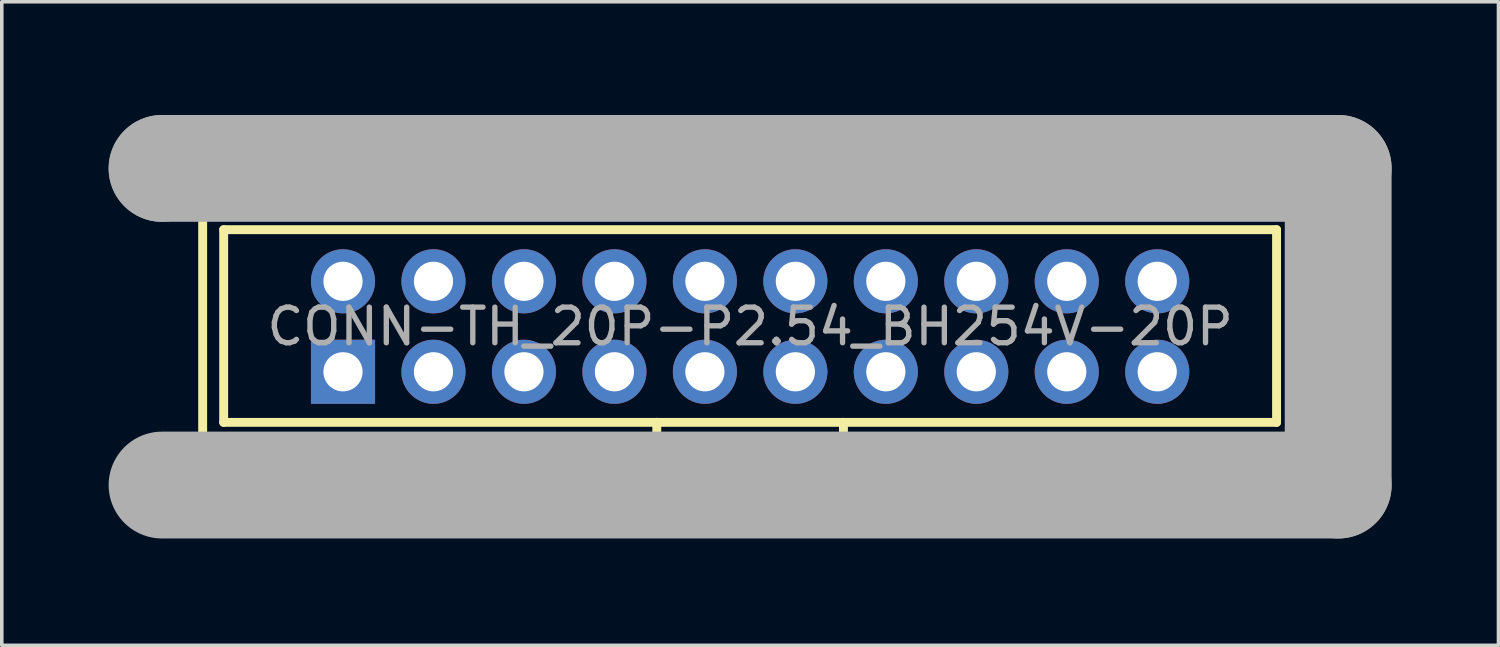
<source format=kicad_pcb>
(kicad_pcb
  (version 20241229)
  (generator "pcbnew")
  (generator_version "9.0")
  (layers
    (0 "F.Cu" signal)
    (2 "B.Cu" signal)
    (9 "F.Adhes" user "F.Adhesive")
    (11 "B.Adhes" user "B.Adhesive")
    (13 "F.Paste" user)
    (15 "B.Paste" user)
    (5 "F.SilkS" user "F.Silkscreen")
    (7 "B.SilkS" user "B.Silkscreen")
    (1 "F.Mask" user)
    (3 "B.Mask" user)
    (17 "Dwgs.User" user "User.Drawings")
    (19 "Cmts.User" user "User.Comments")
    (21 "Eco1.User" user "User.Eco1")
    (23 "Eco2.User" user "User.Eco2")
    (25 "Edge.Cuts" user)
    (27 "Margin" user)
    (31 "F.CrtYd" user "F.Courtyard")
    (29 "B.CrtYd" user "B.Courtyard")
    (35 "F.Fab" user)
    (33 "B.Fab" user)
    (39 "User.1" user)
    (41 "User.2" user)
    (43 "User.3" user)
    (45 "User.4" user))
  (footprint "CONN-TH_20P-P2.54_BH254V-20P"
    (layer "F.Cu")
    (at 18.01 6.118)
    (property "Reference" "CONN-TH_20P-P2.54_BH254V-20P" (at 0 -5.27 0) (layer "F.SilkS") (effects (font (size 1 1) (thickness 0.15))))
    (attr through_hole)
    (fp_line (start -15.37 3.28) (end -15.37 -3.29) (stroke (width 0.25) (type solid)) (layer "F.SilkS"))
    (fp_line (start -15.37 3.28) (end -2.62 3.28) (stroke (width 0.25) (type solid)) (layer "F.SilkS"))
    (fp_line (start -15.36 -3.3) (end 15.34 -3.3) (stroke (width 0.25) (type solid)) (layer "F.SilkS"))
    (fp_line (start -14.78 -2.72) (end 14.78 -2.72) (stroke (width 0.25) (type solid)) (layer "F.SilkS"))
    (fp_line (start -14.78 2.69) (end -14.78 -2.72) (stroke (width 0.25) (type solid)) (layer "F.SilkS"))
    (fp_line (start -2.62 2.69) (end -14.78 2.69) (stroke (width 0.25) (type solid)) (layer "F.SilkS"))
    (fp_line (start -2.62 2.69) (end 2.62 2.69) (stroke (width 0.25) (type solid)) (layer "F.SilkS"))
    (fp_line (start -2.62 3.28) (end -2.62 2.69) (stroke (width 0.25) (type solid)) (layer "F.SilkS"))
    (fp_line (start -2.62 3.28) (end -2.62 4.39) (stroke (width 0.25) (type solid)) (layer "F.SilkS"))
    (fp_line (start 2.62 2.69) (end 2.62 3.33) (stroke (width 0.25) (type solid)) (layer "F.SilkS"))
    (fp_line (start 2.62 3.3) (end 15.34 3.3) (stroke (width 0.25) (type solid)) (layer "F.SilkS"))
    (fp_line (start 2.62 3.33) (end 2.62 3.3) (stroke (width 0.25) (type solid)) (layer "F.SilkS"))
    (fp_line (start 2.62 3.33) (end 2.62 4.39) (stroke (width 0.25) (type solid)) (layer "F.SilkS"))
    (fp_line (start 14.78 -2.72) (end 14.78 2.64) (stroke (width 0.25) (type solid)) (layer "F.SilkS"))
    (fp_line (start 14.78 2.64) (end 14.78 2.69) (stroke (width 0.25) (type solid)) (layer "F.SilkS"))
    (fp_line (start 14.78 2.69) (end 2.62 2.69) (stroke (width 0.25) (type solid)) (layer "F.SilkS"))
    (fp_line (start 15.34 -3.3) (end 15.34 3.27) (stroke (width 0.25) (type solid)) (layer "F.SilkS"))
    (fp_line (start 15.34 3.3) (end 15.34 3.28) (stroke (width 0.25) (type solid)) (layer "F.SilkS"))
    (fp_line (start -16.51 -4.44) (end -16.51 -4.44) (stroke (width 3) (type solid)) (layer "F.Fab"))
    (fp_line (start -16.51 -4.44) (end 16.51 -4.44) (stroke (width 3) (type solid)) (layer "F.Fab"))
    (fp_line (start 16.51 -4.44) (end 16.51 4.45) (stroke (width 3) (type solid)) (layer "F.Fab"))
    (fp_line (start 16.51 4.45) (end -16.51 4.45) (stroke (width 3) (type solid)) (layer "F.Fab"))
    (fp_circle (center -16.51 4.45) (end -16.48 4.45) (stroke (width 0.06) (type solid)) (fill no) (layer "F.Fab"))
    (fp_text user "${REFERENCE}" (at 0 -5.27 0) (layer "F.SilkS") (effects (font (size 1 1) (thickness 0.15))))
    (fp_text user "${REFERENCE}" (at 0 0 0) (layer "F.Fab") (effects (font (size 1 1) (thickness 0.15))))
    (pad "1" thru_hole rect (at -11.43 1.27) (size 1.8 1.8) (drill 1.1) (layers "*.Cu" "*.Mask"))
    (pad "2" thru_hole circle (at -11.43 -1.27) (size 1.8 1.8) (drill 1.1) (layers "*.Cu" "*.Mask"))
    (pad "3" thru_hole circle (at -8.89 1.27) (size 1.8 1.8) (drill 1.1) (layers "*.Cu" "*.Mask"))
    (pad "4" thru_hole circle (at -8.89 -1.27) (size 1.8 1.8) (drill 1.1) (layers "*.Cu" "*.Mask"))
    (pad "5" thru_hole circle (at -6.35 1.27) (size 1.8 1.8) (drill 1.1) (layers "*.Cu" "*.Mask"))
    (pad "6" thru_hole circle (at -6.35 -1.27) (size 1.8 1.8) (drill 1.1) (layers "*.Cu" "*.Mask"))
    (pad "7" thru_hole circle (at -3.81 1.27) (size 1.8 1.8) (drill 1.1) (layers "*.Cu" "*.Mask"))
    (pad "8" thru_hole circle (at -3.81 -1.27) (size 1.8 1.8) (drill 1.1) (layers "*.Cu" "*.Mask"))
    (pad "9" thru_hole circle (at -1.27 1.27) (size 1.8 1.8) (drill 1.1) (layers "*.Cu" "*.Mask"))
    (pad "10" thru_hole circle (at -1.27 -1.27) (size 1.8 1.8) (drill 1.1) (layers "*.Cu" "*.Mask"))
    (pad "11" thru_hole circle (at 1.27 1.27) (size 1.8 1.8) (drill 1.1) (layers "*.Cu" "*.Mask"))
    (pad "12" thru_hole circle (at 1.27 -1.27) (size 1.8 1.8) (drill 1.1) (layers "*.Cu" "*.Mask"))
    (pad "13" thru_hole circle (at 3.81 1.27) (size 1.8 1.8) (drill 1.1) (layers "*.Cu" "*.Mask"))
    (pad "14" thru_hole circle (at 3.81 -1.27) (size 1.8 1.8) (drill 1.1) (layers "*.Cu" "*.Mask"))
    (pad "15" thru_hole circle (at 6.35 1.27) (size 1.8 1.8) (drill 1.1) (layers "*.Cu" "*.Mask"))
    (pad "16" thru_hole circle (at 6.35 -1.27) (size 1.8 1.8) (drill 1.1) (layers "*.Cu" "*.Mask"))
    (pad "17" thru_hole circle (at 8.89 1.27) (size 1.8 1.8) (drill 1.1) (layers "*.Cu" "*.Mask"))
    (pad "18" thru_hole circle (at 8.89 -1.27) (size 1.8 1.8) (drill 1.1) (layers "*.Cu" "*.Mask"))
    (pad "19" thru_hole circle (at 11.43 1.27) (size 1.8 1.8) (drill 1.1) (layers "*.Cu" "*.Mask"))
    (pad "20" thru_hole circle (at 11.43 -1.27) (size 1.8 1.8) (drill 1.1) (layers "*.Cu" "*.Mask")))
  (gr_rect
    (start -3 -3)
    (end 39.02 15.068)
    (stroke (width 0.1) (type default))
    (fill no)
    (layer "Edge.Cuts")))
</source>
